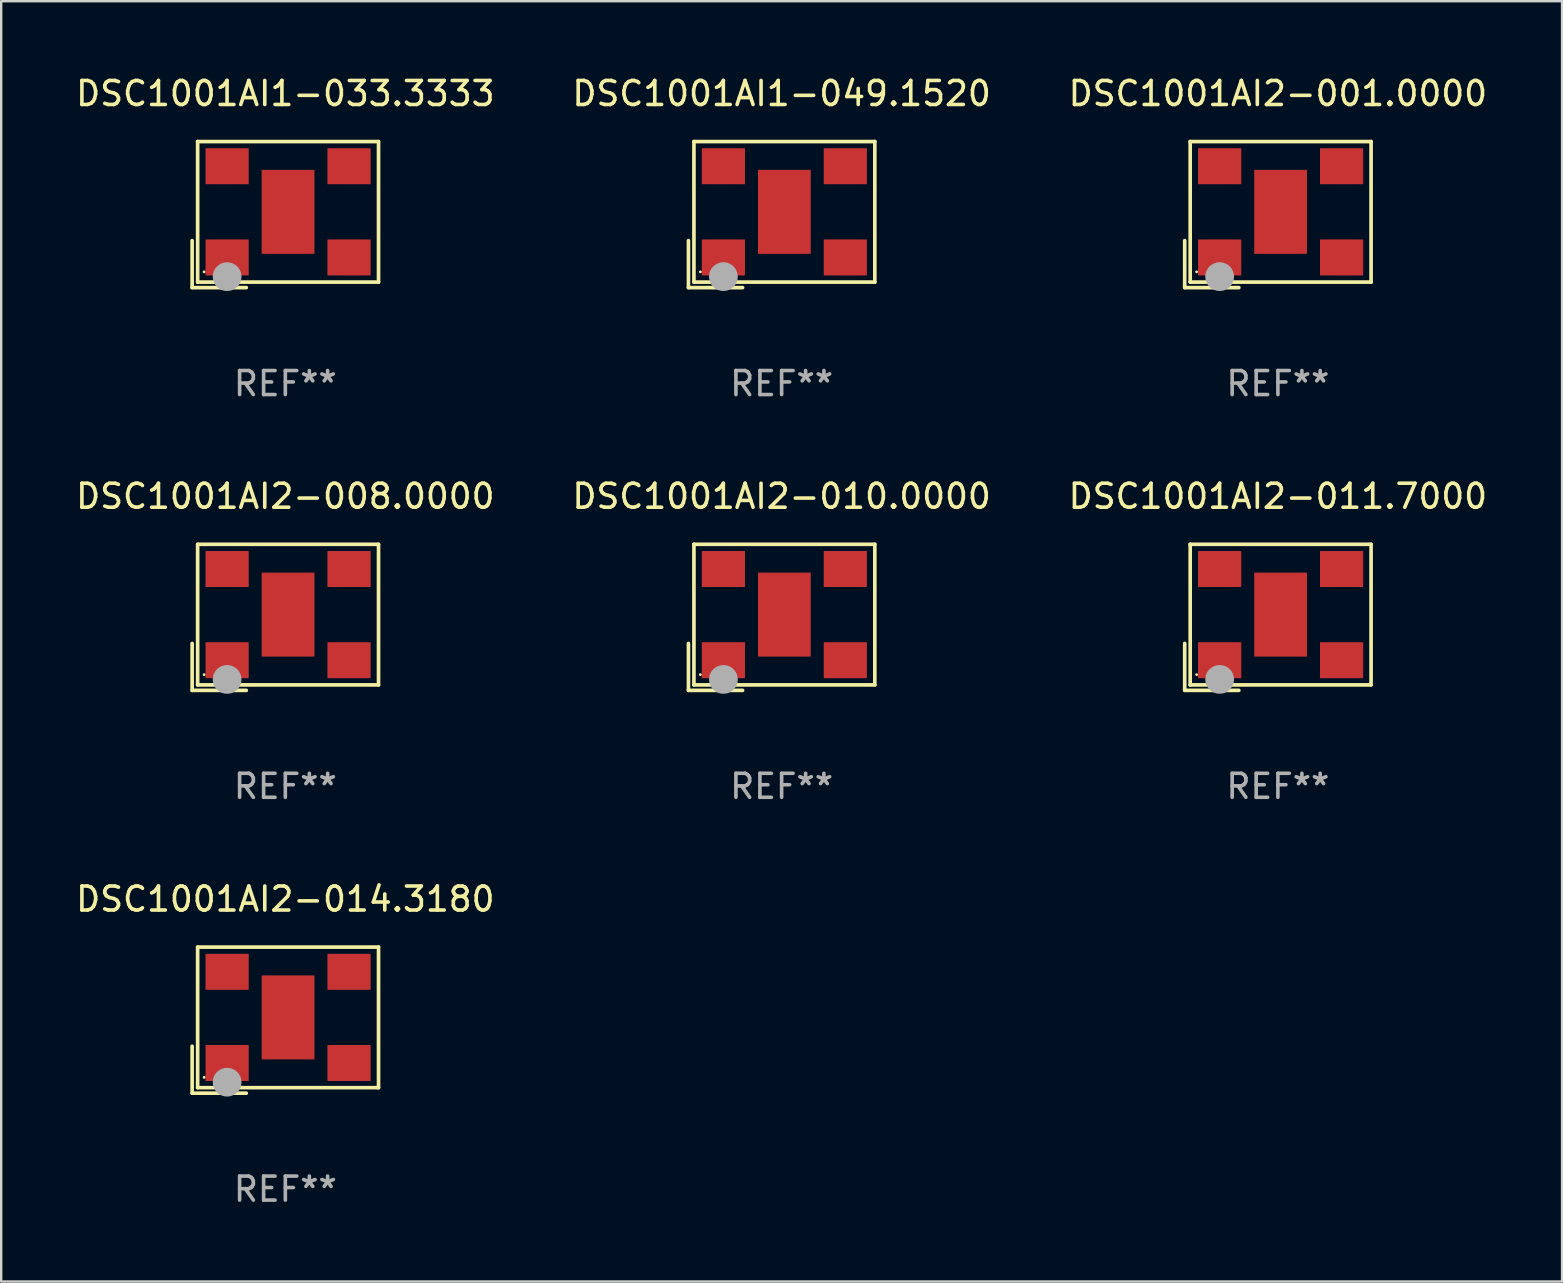
<source format=kicad_pcb>
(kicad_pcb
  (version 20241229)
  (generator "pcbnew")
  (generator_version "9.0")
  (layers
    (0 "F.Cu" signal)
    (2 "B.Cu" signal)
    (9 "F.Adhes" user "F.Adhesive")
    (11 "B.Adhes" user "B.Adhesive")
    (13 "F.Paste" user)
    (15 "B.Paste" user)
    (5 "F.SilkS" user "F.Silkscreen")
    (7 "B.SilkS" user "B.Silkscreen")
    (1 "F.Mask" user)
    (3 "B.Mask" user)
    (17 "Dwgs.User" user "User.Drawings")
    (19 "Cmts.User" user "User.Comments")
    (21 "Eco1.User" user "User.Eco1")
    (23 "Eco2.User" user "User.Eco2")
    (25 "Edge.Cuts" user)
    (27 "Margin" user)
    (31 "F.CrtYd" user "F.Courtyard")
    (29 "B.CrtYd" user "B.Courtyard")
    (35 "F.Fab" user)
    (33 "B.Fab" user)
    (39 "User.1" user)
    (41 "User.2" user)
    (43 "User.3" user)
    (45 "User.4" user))
  (footprint "DSC1001AI2-014.3180"
    (layer "F.Cu")
    (at 8.839 39.456)
    (property "Reference" "DSC1001AI2-014.3180" (at 0 -5.043 0) (layer "F.SilkS") (effects (font (size 1 1) (thickness 0.15))))
    (attr through_hole)
    (fp_line (start -3.883 1.086) (end -3.883 3.043) (stroke (width 0.152) (type solid)) (layer "F.SilkS"))
    (fp_line (start -3.883 3.043) (end -1.626 3.043) (stroke (width 0.152) (type solid)) (layer "F.SilkS"))
    (fp_line (start -3.654 -3.043) (end 3.883 -3.043) (stroke (width 0.152) (type solid)) (layer "F.SilkS"))
    (fp_line (start -3.654 2.814) (end -3.654 -3.043) (stroke (width 0.152) (type solid)) (layer "F.SilkS"))
    (fp_line (start 3.883 -3.043) (end 3.883 2.814) (stroke (width 0.152) (type solid)) (layer "F.SilkS"))
    (fp_line (start 3.883 2.814) (end -3.654 2.814) (stroke (width 0.152) (type solid)) (layer "F.SilkS"))
    (fp_circle (center -3.386 2.386) (end -3.356 2.386) (stroke (width 0.06) (type solid)) (fill no) (layer "F.SilkS"))
    (fp_circle (center -2.426 2.586) (end -2.126 2.586) (stroke (width 0.6) (type solid)) (fill no) (layer "F.Fab"))
    (fp_text user "REF**" (at 0 7.043 0) (layer "F.Fab") (effects (font (size 1 1) (thickness 0.15))))
    (pad "1" smd rect (at -2.426 1.786) (size 1.8 1.5) (layers "F.Cu" "F.Mask" "F.Paste"))
    (pad "2" smd rect (at 2.654 1.786) (size 1.8 1.5) (layers "F.Cu" "F.Mask" "F.Paste"))
    (pad "3" smd rect (at 2.654 -2.014) (size 1.8 1.5) (layers "F.Cu" "F.Mask" "F.Paste"))
    (pad "4" smd rect (at -2.426 -2.014) (size 1.8 1.5) (layers "F.Cu" "F.Mask" "F.Paste"))
    (pad "5" smd rect (at 0.114 -0.114) (size 2.2 3.5) (layers "F.Cu" "F.Mask" "F.Paste")))
  (footprint "DSC1001AI2-008.0000"
    (layer "F.Cu")
    (at 8.839 22.673)
    (property "Reference" "DSC1001AI2-008.0000" (at 0 -5.043 0) (layer "F.SilkS") (effects (font (size 1 1) (thickness 0.15))))
    (attr through_hole)
    (fp_line (start -3.883 1.086) (end -3.883 3.043) (stroke (width 0.152) (type solid)) (layer "F.SilkS"))
    (fp_line (start -3.883 3.043) (end -1.626 3.043) (stroke (width 0.152) (type solid)) (layer "F.SilkS"))
    (fp_line (start -3.654 -3.043) (end 3.883 -3.043) (stroke (width 0.152) (type solid)) (layer "F.SilkS"))
    (fp_line (start -3.654 2.814) (end -3.654 -3.043) (stroke (width 0.152) (type solid)) (layer "F.SilkS"))
    (fp_line (start 3.883 -3.043) (end 3.883 2.814) (stroke (width 0.152) (type solid)) (layer "F.SilkS"))
    (fp_line (start 3.883 2.814) (end -3.654 2.814) (stroke (width 0.152) (type solid)) (layer "F.SilkS"))
    (fp_circle (center -3.386 2.386) (end -3.356 2.386) (stroke (width 0.06) (type solid)) (fill no) (layer "F.SilkS"))
    (fp_circle (center -2.426 2.586) (end -2.126 2.586) (stroke (width 0.6) (type solid)) (fill no) (layer "F.Fab"))
    (fp_text user "REF**" (at 0 7.043 0) (layer "F.Fab") (effects (font (size 1 1) (thickness 0.15))))
    (pad "1" smd rect (at -2.426 1.786) (size 1.8 1.5) (layers "F.Cu" "F.Mask" "F.Paste"))
    (pad "2" smd rect (at 2.654 1.786) (size 1.8 1.5) (layers "F.Cu" "F.Mask" "F.Paste"))
    (pad "3" smd rect (at 2.654 -2.014) (size 1.8 1.5) (layers "F.Cu" "F.Mask" "F.Paste"))
    (pad "4" smd rect (at -2.426 -2.014) (size 1.8 1.5) (layers "F.Cu" "F.Mask" "F.Paste"))
    (pad "5" smd rect (at 0.114 -0.114) (size 2.2 3.5) (layers "F.Cu" "F.Mask" "F.Paste")))
  (footprint "DSC1001AI1-033.3333"
    (layer "F.Cu")
    (at 8.839 5.891)
    (property "Reference" "DSC1001AI1-033.3333" (at 0 -5.043 0) (layer "F.SilkS") (effects (font (size 1 1) (thickness 0.15))))
    (attr through_hole)
    (fp_line (start -3.883 1.086) (end -3.883 3.043) (stroke (width 0.152) (type solid)) (layer "F.SilkS"))
    (fp_line (start -3.883 3.043) (end -1.626 3.043) (stroke (width 0.152) (type solid)) (layer "F.SilkS"))
    (fp_line (start -3.654 -3.043) (end 3.883 -3.043) (stroke (width 0.152) (type solid)) (layer "F.SilkS"))
    (fp_line (start -3.654 2.814) (end -3.654 -3.043) (stroke (width 0.152) (type solid)) (layer "F.SilkS"))
    (fp_line (start 3.883 -3.043) (end 3.883 2.814) (stroke (width 0.152) (type solid)) (layer "F.SilkS"))
    (fp_line (start 3.883 2.814) (end -3.654 2.814) (stroke (width 0.152) (type solid)) (layer "F.SilkS"))
    (fp_circle (center -3.386 2.386) (end -3.356 2.386) (stroke (width 0.06) (type solid)) (fill no) (layer "F.SilkS"))
    (fp_circle (center -2.426 2.586) (end -2.126 2.586) (stroke (width 0.6) (type solid)) (fill no) (layer "F.Fab"))
    (fp_text user "REF**" (at 0 7.043 0) (layer "F.Fab") (effects (font (size 1 1) (thickness 0.15))))
    (pad "1" smd rect (at -2.426 1.786) (size 1.8 1.5) (layers "F.Cu" "F.Mask" "F.Paste"))
    (pad "2" smd rect (at 2.654 1.786) (size 1.8 1.5) (layers "F.Cu" "F.Mask" "F.Paste"))
    (pad "3" smd rect (at 2.654 -2.014) (size 1.8 1.5) (layers "F.Cu" "F.Mask" "F.Paste"))
    (pad "4" smd rect (at -2.426 -2.014) (size 1.8 1.5) (layers "F.Cu" "F.Mask" "F.Paste"))
    (pad "5" smd rect (at 0.114 -0.114) (size 2.2 3.5) (layers "F.Cu" "F.Mask" "F.Paste")))
  (footprint "DSC1001AI2-001.0000"
    (layer "F.Cu")
    (at 50.196 5.891)
    (property "Reference" "DSC1001AI2-001.0000" (at 0 -5.043 0) (layer "F.SilkS") (effects (font (size 1 1) (thickness 0.15))))
    (attr through_hole)
    (fp_line (start -3.883 1.086) (end -3.883 3.043) (stroke (width 0.152) (type solid)) (layer "F.SilkS"))
    (fp_line (start -3.883 3.043) (end -1.626 3.043) (stroke (width 0.152) (type solid)) (layer "F.SilkS"))
    (fp_line (start -3.654 -3.043) (end 3.883 -3.043) (stroke (width 0.152) (type solid)) (layer "F.SilkS"))
    (fp_line (start -3.654 2.814) (end -3.654 -3.043) (stroke (width 0.152) (type solid)) (layer "F.SilkS"))
    (fp_line (start 3.883 -3.043) (end 3.883 2.814) (stroke (width 0.152) (type solid)) (layer "F.SilkS"))
    (fp_line (start 3.883 2.814) (end -3.654 2.814) (stroke (width 0.152) (type solid)) (layer "F.SilkS"))
    (fp_circle (center -3.386 2.386) (end -3.356 2.386) (stroke (width 0.06) (type solid)) (fill no) (layer "F.SilkS"))
    (fp_circle (center -2.426 2.586) (end -2.126 2.586) (stroke (width 0.6) (type solid)) (fill no) (layer "F.Fab"))
    (fp_text user "REF**" (at 0 7.043 0) (layer "F.Fab") (effects (font (size 1 1) (thickness 0.15))))
    (pad "1" smd rect (at -2.426 1.786) (size 1.8 1.5) (layers "F.Cu" "F.Mask" "F.Paste"))
    (pad "2" smd rect (at 2.654 1.786) (size 1.8 1.5) (layers "F.Cu" "F.Mask" "F.Paste"))
    (pad "3" smd rect (at 2.654 -2.014) (size 1.8 1.5) (layers "F.Cu" "F.Mask" "F.Paste"))
    (pad "4" smd rect (at -2.426 -2.014) (size 1.8 1.5) (layers "F.Cu" "F.Mask" "F.Paste"))
    (pad "5" smd rect (at 0.114 -0.114) (size 2.2 3.5) (layers "F.Cu" "F.Mask" "F.Paste")))
  (footprint "DSC1001AI2-010.0000"
    (layer "F.Cu")
    (at 29.518 22.673)
    (property "Reference" "DSC1001AI2-010.0000" (at 0 -5.043 0) (layer "F.SilkS") (effects (font (size 1 1) (thickness 0.15))))
    (attr through_hole)
    (fp_line (start -3.883 1.086) (end -3.883 3.043) (stroke (width 0.152) (type solid)) (layer "F.SilkS"))
    (fp_line (start -3.883 3.043) (end -1.626 3.043) (stroke (width 0.152) (type solid)) (layer "F.SilkS"))
    (fp_line (start -3.654 -3.043) (end 3.883 -3.043) (stroke (width 0.152) (type solid)) (layer "F.SilkS"))
    (fp_line (start -3.654 2.814) (end -3.654 -3.043) (stroke (width 0.152) (type solid)) (layer "F.SilkS"))
    (fp_line (start 3.883 -3.043) (end 3.883 2.814) (stroke (width 0.152) (type solid)) (layer "F.SilkS"))
    (fp_line (start 3.883 2.814) (end -3.654 2.814) (stroke (width 0.152) (type solid)) (layer "F.SilkS"))
    (fp_circle (center -3.386 2.386) (end -3.356 2.386) (stroke (width 0.06) (type solid)) (fill no) (layer "F.SilkS"))
    (fp_circle (center -2.426 2.586) (end -2.126 2.586) (stroke (width 0.6) (type solid)) (fill no) (layer "F.Fab"))
    (fp_text user "REF**" (at 0 7.043 0) (layer "F.Fab") (effects (font (size 1 1) (thickness 0.15))))
    (pad "1" smd rect (at -2.426 1.786) (size 1.8 1.5) (layers "F.Cu" "F.Mask" "F.Paste"))
    (pad "2" smd rect (at 2.654 1.786) (size 1.8 1.5) (layers "F.Cu" "F.Mask" "F.Paste"))
    (pad "3" smd rect (at 2.654 -2.014) (size 1.8 1.5) (layers "F.Cu" "F.Mask" "F.Paste"))
    (pad "4" smd rect (at -2.426 -2.014) (size 1.8 1.5) (layers "F.Cu" "F.Mask" "F.Paste"))
    (pad "5" smd rect (at 0.114 -0.114) (size 2.2 3.5) (layers "F.Cu" "F.Mask" "F.Paste")))
  (footprint "DSC1001AI1-049.1520"
    (layer "F.Cu")
    (at 29.518 5.891)
    (property "Reference" "DSC1001AI1-049.1520" (at 0 -5.043 0) (layer "F.SilkS") (effects (font (size 1 1) (thickness 0.15))))
    (attr through_hole)
    (fp_line (start -3.883 1.086) (end -3.883 3.043) (stroke (width 0.152) (type solid)) (layer "F.SilkS"))
    (fp_line (start -3.883 3.043) (end -1.626 3.043) (stroke (width 0.152) (type solid)) (layer "F.SilkS"))
    (fp_line (start -3.654 -3.043) (end 3.883 -3.043) (stroke (width 0.152) (type solid)) (layer "F.SilkS"))
    (fp_line (start -3.654 2.814) (end -3.654 -3.043) (stroke (width 0.152) (type solid)) (layer "F.SilkS"))
    (fp_line (start 3.883 -3.043) (end 3.883 2.814) (stroke (width 0.152) (type solid)) (layer "F.SilkS"))
    (fp_line (start 3.883 2.814) (end -3.654 2.814) (stroke (width 0.152) (type solid)) (layer "F.SilkS"))
    (fp_circle (center -3.386 2.386) (end -3.356 2.386) (stroke (width 0.06) (type solid)) (fill no) (layer "F.SilkS"))
    (fp_circle (center -2.426 2.586) (end -2.126 2.586) (stroke (width 0.6) (type solid)) (fill no) (layer "F.Fab"))
    (fp_text user "REF**" (at 0 7.043 0) (layer "F.Fab") (effects (font (size 1 1) (thickness 0.15))))
    (pad "1" smd rect (at -2.426 1.786) (size 1.8 1.5) (layers "F.Cu" "F.Mask" "F.Paste"))
    (pad "2" smd rect (at 2.654 1.786) (size 1.8 1.5) (layers "F.Cu" "F.Mask" "F.Paste"))
    (pad "3" smd rect (at 2.654 -2.014) (size 1.8 1.5) (layers "F.Cu" "F.Mask" "F.Paste"))
    (pad "4" smd rect (at -2.426 -2.014) (size 1.8 1.5) (layers "F.Cu" "F.Mask" "F.Paste"))
    (pad "5" smd rect (at 0.114 -0.114) (size 2.2 3.5) (layers "F.Cu" "F.Mask" "F.Paste")))
  (footprint "DSC1001AI2-011.7000"
    (layer "F.Cu")
    (at 50.196 22.673)
    (property "Reference" "DSC1001AI2-011.7000" (at 0 -5.043 0) (layer "F.SilkS") (effects (font (size 1 1) (thickness 0.15))))
    (attr through_hole)
    (fp_line (start -3.883 1.086) (end -3.883 3.043) (stroke (width 0.152) (type solid)) (layer "F.SilkS"))
    (fp_line (start -3.883 3.043) (end -1.626 3.043) (stroke (width 0.152) (type solid)) (layer "F.SilkS"))
    (fp_line (start -3.654 -3.043) (end 3.883 -3.043) (stroke (width 0.152) (type solid)) (layer "F.SilkS"))
    (fp_line (start -3.654 2.814) (end -3.654 -3.043) (stroke (width 0.152) (type solid)) (layer "F.SilkS"))
    (fp_line (start 3.883 -3.043) (end 3.883 2.814) (stroke (width 0.152) (type solid)) (layer "F.SilkS"))
    (fp_line (start 3.883 2.814) (end -3.654 2.814) (stroke (width 0.152) (type solid)) (layer "F.SilkS"))
    (fp_circle (center -3.386 2.386) (end -3.356 2.386) (stroke (width 0.06) (type solid)) (fill no) (layer "F.SilkS"))
    (fp_circle (center -2.426 2.586) (end -2.126 2.586) (stroke (width 0.6) (type solid)) (fill no) (layer "F.Fab"))
    (fp_text user "REF**" (at 0 7.043 0) (layer "F.Fab") (effects (font (size 1 1) (thickness 0.15))))
    (pad "1" smd rect (at -2.426 1.786) (size 1.8 1.5) (layers "F.Cu" "F.Mask" "F.Paste"))
    (pad "2" smd rect (at 2.654 1.786) (size 1.8 1.5) (layers "F.Cu" "F.Mask" "F.Paste"))
    (pad "3" smd rect (at 2.654 -2.014) (size 1.8 1.5) (layers "F.Cu" "F.Mask" "F.Paste"))
    (pad "4" smd rect (at -2.426 -2.014) (size 1.8 1.5) (layers "F.Cu" "F.Mask" "F.Paste"))
    (pad "5" smd rect (at 0.114 -0.114) (size 2.2 3.5) (layers "F.Cu" "F.Mask" "F.Paste")))
  (gr_rect
    (start -3 -3)
    (end 62.036 50.347)
    (stroke (width 0.1) (type default))
    (fill no)
    (layer "Edge.Cuts")))
</source>
